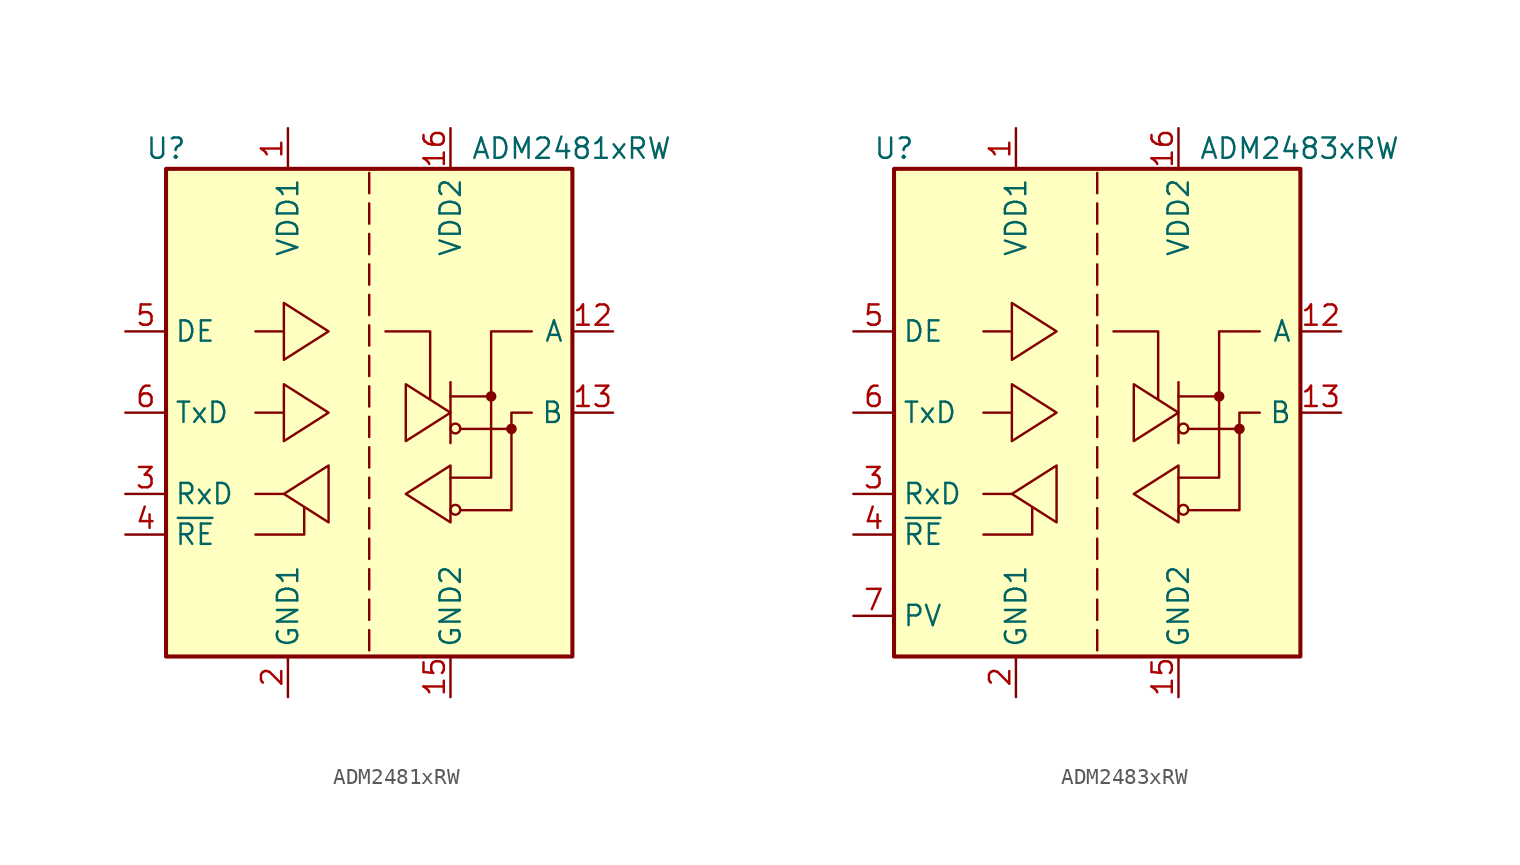
<source format=kicad_sym>
(kicad_symbol_lib
  (version 20201005)
  (generator kicad_symbol_editor)
  (symbol "ADM2481xRW"
    (property "Reference" "U"
      (at -12.7 16.51 0)
      (effects (font (size 1.27 1.27))))
    (property "Value" "ADM2481xRW"
      (at 6.35 16.51 0)
      (effects (font (size 1.27 1.27)) (justify left)))
    (symbol "ADM2481xRW_0_0"
      (polyline (pts (xy 0 -13.589) (xy 0 -14.859)) (stroke (width 0)) (fill (type none)))
      (polyline (pts (xy 0 -11.684) (xy 0 -12.954)) (stroke (width 0)) (fill (type none)))
      (polyline (pts (xy 0 -9.779) (xy 0 -11.049)) (stroke (width 0)) (fill (type none)))
      (polyline (pts (xy 0 -7.874) (xy 0 -9.144)) (stroke (width 0)) (fill (type none)))
      (polyline (pts (xy 0 -5.969) (xy 0 -7.239)) (stroke (width 0)) (fill (type none)))
      (polyline (pts (xy 0 -4.064) (xy 0 -5.334)) (stroke (width 0)) (fill (type none)))
      (polyline (pts (xy 0 -2.159) (xy 0 -3.429)) (stroke (width 0)) (fill (type none)))
      (polyline (pts (xy 0 -0.254) (xy 0 -1.524)) (stroke (width 0)) (fill (type none)))
      (polyline (pts (xy 0 1.651) (xy 0 0.381)) (stroke (width 0)) (fill (type none)))
      (polyline (pts (xy 0 3.556) (xy 0 2.286)) (stroke (width 0)) (fill (type none)))
      (polyline (pts (xy 0 5.461) (xy 0 4.191)) (stroke (width 0)) (fill (type none)))
      (polyline (pts (xy 0 7.366) (xy 0 6.096)) (stroke (width 0)) (fill (type none)))
      (polyline (pts (xy 0 9.271) (xy 0 8.001)) (stroke (width 0)) (fill (type none)))
      (polyline (pts (xy 0 11.176) (xy 0 9.906)) (stroke (width 0)) (fill (type none)))
      (polyline (pts (xy 0 13.081) (xy 0 11.811)) (stroke (width 0)) (fill (type none)))
      (polyline (pts (xy 0 14.986) (xy 0 13.716)) (stroke (width 0)) (fill (type none))))
    (symbol "ADM2481xRW_0_1"
      (circle (center 5.385 -6.071) (radius 0.305) (stroke (width 0)) (fill (type none)))
      (circle (center 5.385 -0.991) (radius 0.305) (stroke (width 0)) (fill (type none)))
      (circle (center 7.62 1.016) (radius 0.254) (stroke (width 0)) (fill (type outline)))
      (circle (center 8.89 -1.016) (radius 0.254) (stroke (width 0)) (fill (type outline)))
      (rectangle (start -12.7 15.24) (end 12.7 -15.24) (stroke (width 0.254)) (fill (type background)))
      (polyline (pts (xy -5.334 -5.08) (xy -7.112 -5.08)) (stroke (width 0)) (fill (type none)))
      (polyline (pts (xy -5.334 0) (xy -7.112 0)) (stroke (width 0)) (fill (type none)))
      (polyline (pts (xy -5.334 5.08) (xy -7.112 5.08)) (stroke (width 0)) (fill (type none)))
      (polyline (pts (xy 5.08 1.016) (xy 7.62 1.016)) (stroke (width 0)) (fill (type none)))
      (polyline (pts (xy 5.08 1.905) (xy 5.08 -1.905)) (stroke (width 0)) (fill (type none)))
      (polyline (pts (xy 5.715 -1.016) (xy 8.89 -1.016)) (stroke (width 0)) (fill (type none)))
      (polyline (pts (xy -7.112 -7.62) (xy -4.064 -7.62) (xy -4.064 -5.969)) (stroke (width 0)) (fill (type none)))
      (polyline (pts (xy 1.016 5.08) (xy 3.81 5.08) (xy 3.81 0.889)) (stroke (width 0)) (fill (type none)))
      (polyline (pts (xy -5.334 -5.08) (xy -2.54 -3.302) (xy -2.54 -6.858) (xy -5.334 -5.08)) (stroke (width 0)) (fill (type none)))
      (polyline (pts (xy -2.54 0) (xy -5.334 1.778) (xy -5.334 -1.778) (xy -2.54 0)) (stroke (width 0)) (fill (type none)))
      (polyline (pts (xy -2.54 5.08) (xy -5.334 6.858) (xy -5.334 3.302) (xy -2.54 5.08)) (stroke (width 0)) (fill (type none)))
      (polyline (pts (xy 2.286 -5.08) (xy 5.08 -3.302) (xy 5.08 -6.858) (xy 2.286 -5.08)) (stroke (width 0)) (fill (type none)))
      (polyline (pts (xy 5.08 -4.064) (xy 7.62 -4.064) (xy 7.62 5.08) (xy 10.16 5.08)) (stroke (width 0)) (fill (type none)))
      (polyline (pts (xy 5.08 0) (xy 2.286 1.778) (xy 2.286 -1.778) (xy 5.08 0)) (stroke (width 0)) (fill (type none)))
      (polyline (pts (xy 5.715 -6.096) (xy 8.89 -6.096) (xy 8.89 0) (xy 10.16 0)) (stroke (width 0)) (fill (type none))))
    (symbol "ADM2481xRW_1_1"
      (pin power_in line (at -5.08 17.78 270) (length 2.54) (name "VDD1" (effects (font (size 1.27 1.27)))) (number "1" (effects (font (size 1.27 1.27)))))
      (pin passive line (at 5.08 -17.78 90) (length 2.54) hide (name "GND2" (effects (font (size 1.27 1.27)))) (number "10" (effects (font (size 1.27 1.27)))))
      (pin no_connect line (at 12.7 -7.62 180) (length 2.54) hide (name "NC" (effects (font (size 1.27 1.27)))) (number "11" (effects (font (size 1.27 1.27)))))
      (pin bidirectional line (at 15.24 5.08 180) (length 2.54) (name "A" (effects (font (size 1.27 1.27)))) (number "12" (effects (font (size 1.27 1.27)))))
      (pin bidirectional line (at 15.24 0 180) (length 2.54) (name "B" (effects (font (size 1.27 1.27)))) (number "13" (effects (font (size 1.27 1.27)))))
      (pin no_connect line (at 12.7 7.62 180) (length 2.54) hide (name "NC" (effects (font (size 1.27 1.27)))) (number "14" (effects (font (size 1.27 1.27)))))
      (pin power_in line (at 5.08 -17.78 90) (length 2.54) (name "GND2" (effects (font (size 1.27 1.27)))) (number "15" (effects (font (size 1.27 1.27)))))
      (pin power_in line (at 5.08 17.78 270) (length 2.54) (name "VDD2" (effects (font (size 1.27 1.27)))) (number "16" (effects (font (size 1.27 1.27)))))
      (pin power_in line (at -5.08 -17.78 90) (length 2.54) (name "GND1" (effects (font (size 1.27 1.27)))) (number "2" (effects (font (size 1.27 1.27)))))
      (pin output line (at -15.24 -5.08 0) (length 2.54) (name "RxD" (effects (font (size 1.27 1.27)))) (number "3" (effects (font (size 1.27 1.27)))))
      (pin input line (at -15.24 -7.62 0) (length 2.54) (name "~RE" (effects (font (size 1.27 1.27)))) (number "4" (effects (font (size 1.27 1.27)))))
      (pin input line (at -15.24 5.08 0) (length 2.54) (name "DE" (effects (font (size 1.27 1.27)))) (number "5" (effects (font (size 1.27 1.27)))))
      (pin input line (at -15.24 0 0) (length 2.54) (name "TxD" (effects (font (size 1.27 1.27)))) (number "6" (effects (font (size 1.27 1.27)))))
      (pin passive line (at -5.08 -17.78 90) (length 2.54) hide (name "GND1" (effects (font (size 1.27 1.27)))) (number "7" (effects (font (size 1.27 1.27)))))
      (pin passive line (at -5.08 -17.78 90) (length 2.54) hide (name "GND1" (effects (font (size 1.27 1.27)))) (number "8" (effects (font (size 1.27 1.27)))))
      (pin passive line (at 5.08 -17.78 90) (length 2.54) hide (name "GND2" (effects (font (size 1.27 1.27)))) (number "9" (effects (font (size 1.27 1.27)))))))
  (symbol "ADM2483xRW"
    (property "Reference" "U"
      (at -12.7 16.51 0)
      (effects (font (size 1.27 1.27))))
    (property "Value" "ADM2483xRW"
      (at 6.35 16.51 0)
      (effects (font (size 1.27 1.27)) (justify left)))
    (symbol "ADM2483xRW_0_0"
      (polyline (pts (xy 0 -13.589) (xy 0 -14.859)) (stroke (width 0)) (fill (type none)))
      (polyline (pts (xy 0 -11.684) (xy 0 -12.954)) (stroke (width 0)) (fill (type none)))
      (polyline (pts (xy 0 -9.779) (xy 0 -11.049)) (stroke (width 0)) (fill (type none)))
      (polyline (pts (xy 0 -7.874) (xy 0 -9.144)) (stroke (width 0)) (fill (type none)))
      (polyline (pts (xy 0 -5.969) (xy 0 -7.239)) (stroke (width 0)) (fill (type none)))
      (polyline (pts (xy 0 -4.064) (xy 0 -5.334)) (stroke (width 0)) (fill (type none)))
      (polyline (pts (xy 0 -2.159) (xy 0 -3.429)) (stroke (width 0)) (fill (type none)))
      (polyline (pts (xy 0 -0.254) (xy 0 -1.524)) (stroke (width 0)) (fill (type none)))
      (polyline (pts (xy 0 1.651) (xy 0 0.381)) (stroke (width 0)) (fill (type none)))
      (polyline (pts (xy 0 3.556) (xy 0 2.286)) (stroke (width 0)) (fill (type none)))
      (polyline (pts (xy 0 5.461) (xy 0 4.191)) (stroke (width 0)) (fill (type none)))
      (polyline (pts (xy 0 7.366) (xy 0 6.096)) (stroke (width 0)) (fill (type none)))
      (polyline (pts (xy 0 9.271) (xy 0 8.001)) (stroke (width 0)) (fill (type none)))
      (polyline (pts (xy 0 11.176) (xy 0 9.906)) (stroke (width 0)) (fill (type none)))
      (polyline (pts (xy 0 13.081) (xy 0 11.811)) (stroke (width 0)) (fill (type none)))
      (polyline (pts (xy 0 14.986) (xy 0 13.716)) (stroke (width 0)) (fill (type none))))
    (symbol "ADM2483xRW_0_1"
      (circle (center 5.385 -6.071) (radius 0.305) (stroke (width 0)) (fill (type none)))
      (circle (center 5.385 -0.991) (radius 0.305) (stroke (width 0)) (fill (type none)))
      (circle (center 7.62 1.016) (radius 0.254) (stroke (width 0)) (fill (type outline)))
      (circle (center 8.89 -1.016) (radius 0.254) (stroke (width 0)) (fill (type outline)))
      (rectangle (start -12.7 15.24) (end 12.7 -15.24) (stroke (width 0.254)) (fill (type background)))
      (polyline (pts (xy -5.334 -5.08) (xy -7.112 -5.08)) (stroke (width 0)) (fill (type none)))
      (polyline (pts (xy -5.334 0) (xy -7.112 0)) (stroke (width 0)) (fill (type none)))
      (polyline (pts (xy -5.334 5.08) (xy -7.112 5.08)) (stroke (width 0)) (fill (type none)))
      (polyline (pts (xy 5.08 1.016) (xy 7.62 1.016)) (stroke (width 0)) (fill (type none)))
      (polyline (pts (xy 5.08 1.905) (xy 5.08 -1.905)) (stroke (width 0)) (fill (type none)))
      (polyline (pts (xy 5.715 -1.016) (xy 8.89 -1.016)) (stroke (width 0)) (fill (type none)))
      (polyline (pts (xy -7.112 -7.62) (xy -4.064 -7.62) (xy -4.064 -5.969)) (stroke (width 0)) (fill (type none)))
      (polyline (pts (xy 1.016 5.08) (xy 3.81 5.08) (xy 3.81 0.889)) (stroke (width 0)) (fill (type none)))
      (polyline (pts (xy -5.334 -5.08) (xy -2.54 -3.302) (xy -2.54 -6.858) (xy -5.334 -5.08)) (stroke (width 0)) (fill (type none)))
      (polyline (pts (xy -2.54 0) (xy -5.334 1.778) (xy -5.334 -1.778) (xy -2.54 0)) (stroke (width 0)) (fill (type none)))
      (polyline (pts (xy -2.54 5.08) (xy -5.334 6.858) (xy -5.334 3.302) (xy -2.54 5.08)) (stroke (width 0)) (fill (type none)))
      (polyline (pts (xy 2.286 -5.08) (xy 5.08 -3.302) (xy 5.08 -6.858) (xy 2.286 -5.08)) (stroke (width 0)) (fill (type none)))
      (polyline (pts (xy 5.08 -4.064) (xy 7.62 -4.064) (xy 7.62 5.08) (xy 10.16 5.08)) (stroke (width 0)) (fill (type none)))
      (polyline (pts (xy 5.08 0) (xy 2.286 1.778) (xy 2.286 -1.778) (xy 5.08 0)) (stroke (width 0)) (fill (type none)))
      (polyline (pts (xy 5.715 -6.096) (xy 8.89 -6.096) (xy 8.89 0) (xy 10.16 0)) (stroke (width 0)) (fill (type none))))
    (symbol "ADM2483xRW_1_1"
      (pin power_in line (at -5.08 17.78 270) (length 2.54) (name "VDD1" (effects (font (size 1.27 1.27)))) (number "1" (effects (font (size 1.27 1.27)))))
      (pin no_connect line (at 7.62 -15.24 90) (length 2.54) hide (name "NC" (effects (font (size 1.27 1.27)))) (number "10" (effects (font (size 1.27 1.27)))))
      (pin no_connect line (at 12.7 -7.62 180) (length 2.54) hide (name "NC" (effects (font (size 1.27 1.27)))) (number "11" (effects (font (size 1.27 1.27)))))
      (pin bidirectional line (at 15.24 5.08 180) (length 2.54) (name "A" (effects (font (size 1.27 1.27)))) (number "12" (effects (font (size 1.27 1.27)))))
      (pin bidirectional line (at 15.24 0 180) (length 2.54) (name "B" (effects (font (size 1.27 1.27)))) (number "13" (effects (font (size 1.27 1.27)))))
      (pin no_connect line (at 12.7 7.62 180) (length 2.54) hide (name "NC" (effects (font (size 1.27 1.27)))) (number "14" (effects (font (size 1.27 1.27)))))
      (pin power_in line (at 5.08 -17.78 90) (length 2.54) (name "GND2" (effects (font (size 1.27 1.27)))) (number "15" (effects (font (size 1.27 1.27)))))
      (pin power_in line (at 5.08 17.78 270) (length 2.54) (name "VDD2" (effects (font (size 1.27 1.27)))) (number "16" (effects (font (size 1.27 1.27)))))
      (pin power_in line (at -5.08 -17.78 90) (length 2.54) (name "GND1" (effects (font (size 1.27 1.27)))) (number "2" (effects (font (size 1.27 1.27)))))
      (pin output line (at -15.24 -5.08 0) (length 2.54) (name "RxD" (effects (font (size 1.27 1.27)))) (number "3" (effects (font (size 1.27 1.27)))))
      (pin input line (at -15.24 -7.62 0) (length 2.54) (name "~RE" (effects (font (size 1.27 1.27)))) (number "4" (effects (font (size 1.27 1.27)))))
      (pin input line (at -15.24 5.08 0) (length 2.54) (name "DE" (effects (font (size 1.27 1.27)))) (number "5" (effects (font (size 1.27 1.27)))))
      (pin input line (at -15.24 0 0) (length 2.54) (name "TxD" (effects (font (size 1.27 1.27)))) (number "6" (effects (font (size 1.27 1.27)))))
      (pin input line (at -15.24 -12.7 0) (length 2.54) (name "PV" (effects (font (size 1.27 1.27)))) (number "7" (effects (font (size 1.27 1.27)))))
      (pin passive line (at -5.08 -17.78 90) (length 2.54) hide (name "GND1" (effects (font (size 1.27 1.27)))) (number "8" (effects (font (size 1.27 1.27)))))
      (pin passive line (at 5.08 -17.78 90) (length 2.54) hide (name "GND2" (effects (font (size 1.27 1.27)))) (number "9" (effects (font (size 1.27 1.27))))))))
</source>
